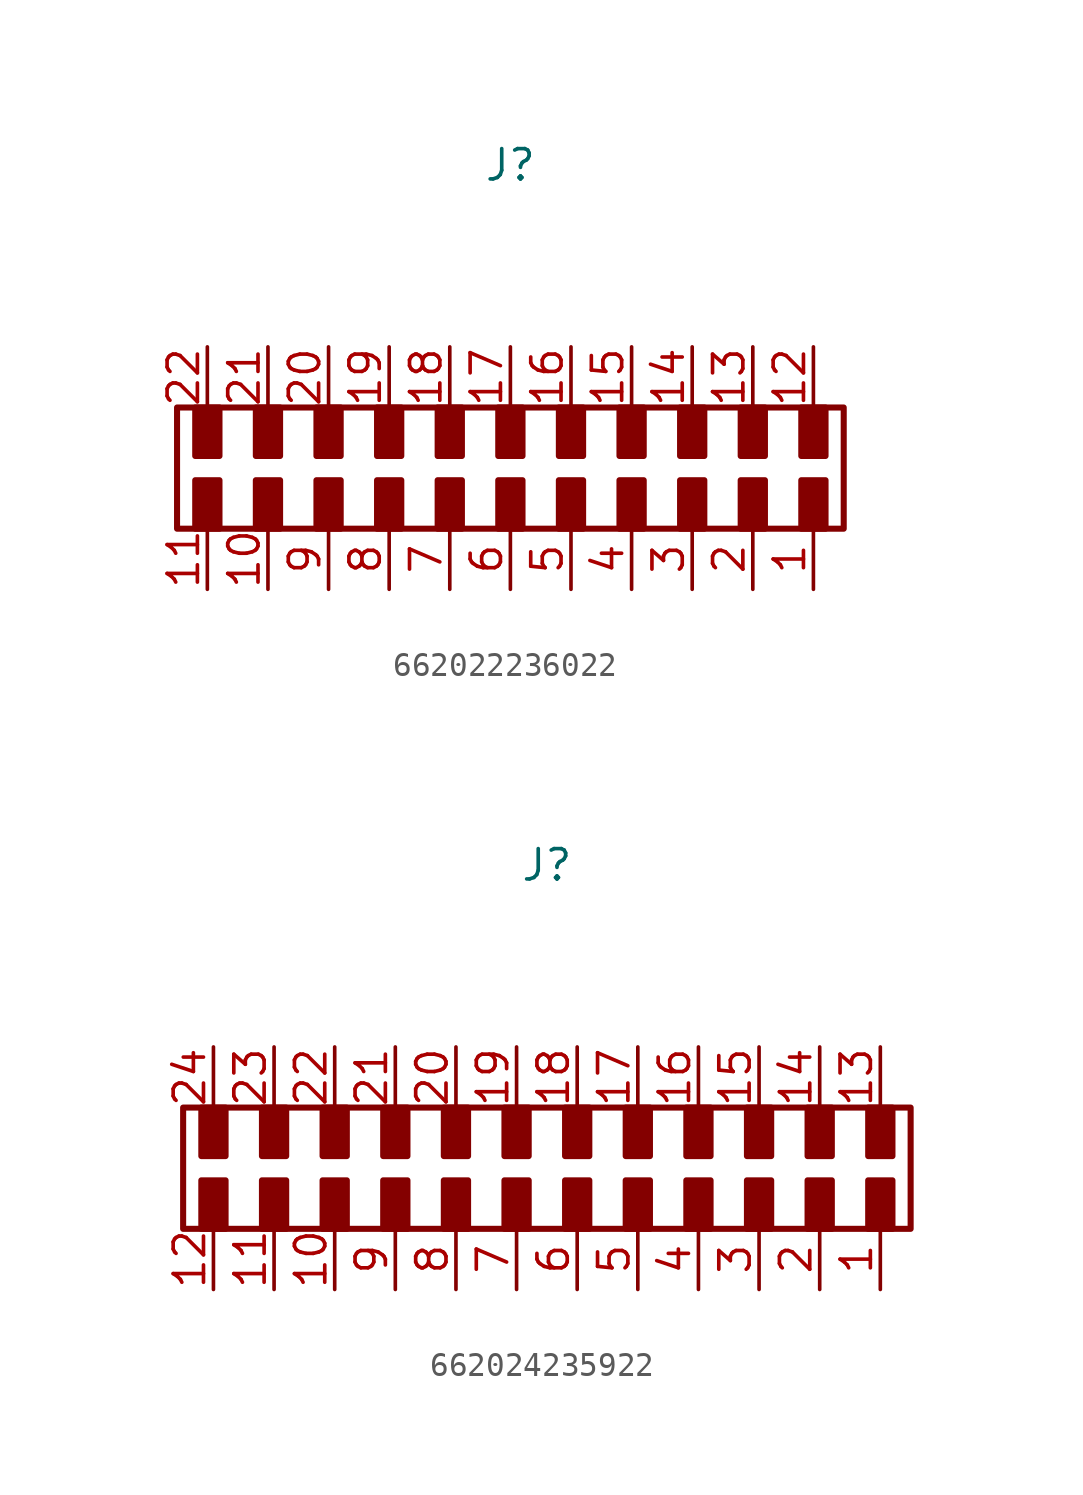
<source format=kicad_sym>
(kicad_symbol_lib
  (version 20241209)
  (generator "kicad_symbol_editor")
  (generator_version "9.0")
  (symbol "662022236022"
    (pin_names
      (hide yes))
    (property "Reference" "J"
      (at 0 12.7 0)
      (effects (font (size 1.27 1.27))))
    (symbol "662022236022_1_1"
      (rectangle (start -13.97 2.54) (end 13.97 -2.54) (stroke (width 0.254) (type solid)) (fill (type none)))
      (rectangle (start -13.208 2.54) (end -12.192 0.508) (stroke (width 0.254) (type solid)) (fill (type outline)))
      (rectangle (start -13.208 -0.508) (end -12.192 -2.54) (stroke (width 0.254) (type solid)) (fill (type outline)))
      (rectangle (start -10.668 2.54) (end -9.652 0.508) (stroke (width 0.254) (type solid)) (fill (type outline)))
      (rectangle (start -10.668 -0.508) (end -9.652 -2.54) (stroke (width 0.254) (type solid)) (fill (type outline)))
      (rectangle (start -8.128 2.54) (end -7.112 0.508) (stroke (width 0.254) (type solid)) (fill (type outline)))
      (rectangle (start -8.128 -0.508) (end -7.112 -2.54) (stroke (width 0.254) (type solid)) (fill (type outline)))
      (rectangle (start -5.588 2.54) (end -4.572 0.508) (stroke (width 0.254) (type solid)) (fill (type outline)))
      (rectangle (start -5.588 -0.508) (end -4.572 -2.54) (stroke (width 0.254) (type solid)) (fill (type outline)))
      (rectangle (start -3.048 2.54) (end -2.032 0.508) (stroke (width 0.254) (type solid)) (fill (type outline)))
      (rectangle (start -3.048 -0.508) (end -2.032 -2.54) (stroke (width 0.254) (type solid)) (fill (type outline)))
      (rectangle (start -0.508 2.54) (end 0.508 0.508) (stroke (width 0.254) (type solid)) (fill (type outline)))
      (rectangle (start -0.508 -0.508) (end 0.508 -2.54) (stroke (width 0.254) (type solid)) (fill (type outline)))
      (rectangle (start 2.032 2.54) (end 3.048 0.508) (stroke (width 0.254) (type solid)) (fill (type outline)))
      (rectangle (start 2.032 -0.508) (end 3.048 -2.54) (stroke (width 0.254) (type solid)) (fill (type outline)))
      (rectangle (start 4.572 2.54) (end 5.588 0.508) (stroke (width 0.254) (type solid)) (fill (type outline)))
      (rectangle (start 4.572 -0.508) (end 5.588 -2.54) (stroke (width 0.254) (type solid)) (fill (type outline)))
      (rectangle (start 7.112 2.54) (end 8.128 0.508) (stroke (width 0.254) (type solid)) (fill (type outline)))
      (rectangle (start 7.112 -0.508) (end 8.128 -2.54) (stroke (width 0.254) (type solid)) (fill (type outline)))
      (rectangle (start 9.652 2.54) (end 10.668 0.508) (stroke (width 0.254) (type solid)) (fill (type outline)))
      (rectangle (start 9.652 -0.508) (end 10.668 -2.54) (stroke (width 0.254) (type solid)) (fill (type outline)))
      (rectangle (start 12.192 2.54) (end 13.208 0.508) (stroke (width 0.254) (type solid)) (fill (type outline)))
      (rectangle (start 12.192 -0.508) (end 13.208 -2.54) (stroke (width 0.254) (type solid)) (fill (type outline)))
      (pin passive line (at -12.7 5.08 270) (length 2.54) (name "22" (effects (font (size 1.27 1.27)))) (number "22" (effects (font (size 1.27 1.27)))))
      (pin passive line (at -12.7 -5.08 90) (length 2.54) (name "11" (effects (font (size 1.27 1.27)))) (number "11" (effects (font (size 1.27 1.27)))))
      (pin passive line (at -10.16 5.08 270) (length 2.54) (name "21" (effects (font (size 1.27 1.27)))) (number "21" (effects (font (size 1.27 1.27)))))
      (pin passive line (at -10.16 -5.08 90) (length 2.54) (name "10" (effects (font (size 1.27 1.27)))) (number "10" (effects (font (size 1.27 1.27)))))
      (pin passive line (at -7.62 5.08 270) (length 2.54) (name "20" (effects (font (size 1.27 1.27)))) (number "20" (effects (font (size 1.27 1.27)))))
      (pin passive line (at -7.62 -5.08 90) (length 2.54) (name "9" (effects (font (size 1.27 1.27)))) (number "9" (effects (font (size 1.27 1.27)))))
      (pin passive line (at -5.08 5.08 270) (length 2.54) (name "19" (effects (font (size 1.27 1.27)))) (number "19" (effects (font (size 1.27 1.27)))))
      (pin passive line (at -5.08 -5.08 90) (length 2.54) (name "8" (effects (font (size 1.27 1.27)))) (number "8" (effects (font (size 1.27 1.27)))))
      (pin passive line (at -2.54 5.08 270) (length 2.54) (name "18" (effects (font (size 1.27 1.27)))) (number "18" (effects (font (size 1.27 1.27)))))
      (pin passive line (at -2.54 -5.08 90) (length 2.54) (name "7" (effects (font (size 1.27 1.27)))) (number "7" (effects (font (size 1.27 1.27)))))
      (pin passive line (at 0 5.08 270) (length 2.54) (name "17" (effects (font (size 1.27 1.27)))) (number "17" (effects (font (size 1.27 1.27)))))
      (pin passive line (at 0 -5.08 90) (length 2.54) (name "6" (effects (font (size 1.27 1.27)))) (number "6" (effects (font (size 1.27 1.27)))))
      (pin passive line (at 2.54 5.08 270) (length 2.54) (name "16" (effects (font (size 1.27 1.27)))) (number "16" (effects (font (size 1.27 1.27)))))
      (pin passive line (at 2.54 -5.08 90) (length 2.54) (name "5" (effects (font (size 1.27 1.27)))) (number "5" (effects (font (size 1.27 1.27)))))
      (pin passive line (at 5.08 5.08 270) (length 2.54) (name "15" (effects (font (size 1.27 1.27)))) (number "15" (effects (font (size 1.27 1.27)))))
      (pin passive line (at 5.08 -5.08 90) (length 2.54) (name "4" (effects (font (size 1.27 1.27)))) (number "4" (effects (font (size 1.27 1.27)))))
      (pin passive line (at 7.62 5.08 270) (length 2.54) (name "14" (effects (font (size 1.27 1.27)))) (number "14" (effects (font (size 1.27 1.27)))))
      (pin passive line (at 7.62 -5.08 90) (length 2.54) (name "3" (effects (font (size 1.27 1.27)))) (number "3" (effects (font (size 1.27 1.27)))))
      (pin passive line (at 10.16 5.08 270) (length 2.54) (name "13" (effects (font (size 1.27 1.27)))) (number "13" (effects (font (size 1.27 1.27)))))
      (pin passive line (at 10.16 -5.08 90) (length 2.54) (name "2" (effects (font (size 1.27 1.27)))) (number "2" (effects (font (size 1.27 1.27)))))
      (pin passive line (at 12.7 5.08 270) (length 2.54) (name "12" (effects (font (size 1.27 1.27)))) (number "12" (effects (font (size 1.27 1.27)))))
      (pin passive line (at 12.7 -5.08 90) (length 2.54) (name "1" (effects (font (size 1.27 1.27)))) (number "1" (effects (font (size 1.27 1.27)))))))
  (symbol "662024235922"
    (pin_names
      (hide yes))
    (property "Reference" "J"
      (at 0 12.7 0)
      (effects (font (size 1.27 1.27))))
    (symbol "662024235922_1_1"
      (rectangle (start -15.24 2.54) (end 15.24 -2.54) (stroke (width 0.254) (type solid)) (fill (type none)))
      (rectangle (start -14.478 2.54) (end -13.462 0.508) (stroke (width 0.254) (type solid)) (fill (type outline)))
      (rectangle (start -14.478 -0.508) (end -13.462 -2.54) (stroke (width 0.254) (type solid)) (fill (type outline)))
      (rectangle (start -11.938 2.54) (end -10.922 0.508) (stroke (width 0.254) (type solid)) (fill (type outline)))
      (rectangle (start -11.938 -0.508) (end -10.922 -2.54) (stroke (width 0.254) (type solid)) (fill (type outline)))
      (rectangle (start -9.398 2.54) (end -8.382 0.508) (stroke (width 0.254) (type solid)) (fill (type outline)))
      (rectangle (start -9.398 -0.508) (end -8.382 -2.54) (stroke (width 0.254) (type solid)) (fill (type outline)))
      (rectangle (start -6.858 2.54) (end -5.842 0.508) (stroke (width 0.254) (type solid)) (fill (type outline)))
      (rectangle (start -6.858 -0.508) (end -5.842 -2.54) (stroke (width 0.254) (type solid)) (fill (type outline)))
      (rectangle (start -4.318 2.54) (end -3.302 0.508) (stroke (width 0.254) (type solid)) (fill (type outline)))
      (rectangle (start -4.318 -0.508) (end -3.302 -2.54) (stroke (width 0.254) (type solid)) (fill (type outline)))
      (rectangle (start -1.778 2.54) (end -0.762 0.508) (stroke (width 0.254) (type solid)) (fill (type outline)))
      (rectangle (start -1.778 -0.508) (end -0.762 -2.54) (stroke (width 0.254) (type solid)) (fill (type outline)))
      (rectangle (start 0.762 2.54) (end 1.778 0.508) (stroke (width 0.254) (type solid)) (fill (type outline)))
      (rectangle (start 0.762 -0.508) (end 1.778 -2.54) (stroke (width 0.254) (type solid)) (fill (type outline)))
      (rectangle (start 3.302 2.54) (end 4.318 0.508) (stroke (width 0.254) (type solid)) (fill (type outline)))
      (rectangle (start 3.302 -0.508) (end 4.318 -2.54) (stroke (width 0.254) (type solid)) (fill (type outline)))
      (rectangle (start 5.842 2.54) (end 6.858 0.508) (stroke (width 0.254) (type solid)) (fill (type outline)))
      (rectangle (start 5.842 -0.508) (end 6.858 -2.54) (stroke (width 0.254) (type solid)) (fill (type outline)))
      (rectangle (start 8.382 2.54) (end 9.398 0.508) (stroke (width 0.254) (type solid)) (fill (type outline)))
      (rectangle (start 8.382 -0.508) (end 9.398 -2.54) (stroke (width 0.254) (type solid)) (fill (type outline)))
      (rectangle (start 10.922 2.54) (end 11.938 0.508) (stroke (width 0.254) (type solid)) (fill (type outline)))
      (rectangle (start 10.922 -0.508) (end 11.938 -2.54) (stroke (width 0.254) (type solid)) (fill (type outline)))
      (rectangle (start 13.462 2.54) (end 14.478 0.508) (stroke (width 0.254) (type solid)) (fill (type outline)))
      (rectangle (start 13.462 -0.508) (end 14.478 -2.54) (stroke (width 0.254) (type solid)) (fill (type outline)))
      (pin passive line (at -13.97 5.08 270) (length 2.54) (name "24" (effects (font (size 1.27 1.27)))) (number "24" (effects (font (size 1.27 1.27)))))
      (pin passive line (at -13.97 -5.08 90) (length 2.54) (name "12" (effects (font (size 1.27 1.27)))) (number "12" (effects (font (size 1.27 1.27)))))
      (pin passive line (at -11.43 5.08 270) (length 2.54) (name "23" (effects (font (size 1.27 1.27)))) (number "23" (effects (font (size 1.27 1.27)))))
      (pin passive line (at -11.43 -5.08 90) (length 2.54) (name "11" (effects (font (size 1.27 1.27)))) (number "11" (effects (font (size 1.27 1.27)))))
      (pin passive line (at -8.89 5.08 270) (length 2.54) (name "22" (effects (font (size 1.27 1.27)))) (number "22" (effects (font (size 1.27 1.27)))))
      (pin passive line (at -8.89 -5.08 90) (length 2.54) (name "10" (effects (font (size 1.27 1.27)))) (number "10" (effects (font (size 1.27 1.27)))))
      (pin passive line (at -6.35 5.08 270) (length 2.54) (name "21" (effects (font (size 1.27 1.27)))) (number "21" (effects (font (size 1.27 1.27)))))
      (pin passive line (at -6.35 -5.08 90) (length 2.54) (name "9" (effects (font (size 1.27 1.27)))) (number "9" (effects (font (size 1.27 1.27)))))
      (pin passive line (at -3.81 5.08 270) (length 2.54) (name "20" (effects (font (size 1.27 1.27)))) (number "20" (effects (font (size 1.27 1.27)))))
      (pin passive line (at -3.81 -5.08 90) (length 2.54) (name "8" (effects (font (size 1.27 1.27)))) (number "8" (effects (font (size 1.27 1.27)))))
      (pin passive line (at -1.27 5.08 270) (length 2.54) (name "19" (effects (font (size 1.27 1.27)))) (number "19" (effects (font (size 1.27 1.27)))))
      (pin passive line (at -1.27 -5.08 90) (length 2.54) (name "7" (effects (font (size 1.27 1.27)))) (number "7" (effects (font (size 1.27 1.27)))))
      (pin passive line (at 1.27 5.08 270) (length 2.54) (name "18" (effects (font (size 1.27 1.27)))) (number "18" (effects (font (size 1.27 1.27)))))
      (pin passive line (at 1.27 -5.08 90) (length 2.54) (name "6" (effects (font (size 1.27 1.27)))) (number "6" (effects (font (size 1.27 1.27)))))
      (pin passive line (at 3.81 5.08 270) (length 2.54) (name "17" (effects (font (size 1.27 1.27)))) (number "17" (effects (font (size 1.27 1.27)))))
      (pin passive line (at 3.81 -5.08 90) (length 2.54) (name "5" (effects (font (size 1.27 1.27)))) (number "5" (effects (font (size 1.27 1.27)))))
      (pin passive line (at 6.35 5.08 270) (length 2.54) (name "16" (effects (font (size 1.27 1.27)))) (number "16" (effects (font (size 1.27 1.27)))))
      (pin passive line (at 6.35 -5.08 90) (length 2.54) (name "4" (effects (font (size 1.27 1.27)))) (number "4" (effects (font (size 1.27 1.27)))))
      (pin passive line (at 8.89 5.08 270) (length 2.54) (name "15" (effects (font (size 1.27 1.27)))) (number "15" (effects (font (size 1.27 1.27)))))
      (pin passive line (at 8.89 -5.08 90) (length 2.54) (name "3" (effects (font (size 1.27 1.27)))) (number "3" (effects (font (size 1.27 1.27)))))
      (pin passive line (at 11.43 5.08 270) (length 2.54) (name "14" (effects (font (size 1.27 1.27)))) (number "14" (effects (font (size 1.27 1.27)))))
      (pin passive line (at 11.43 -5.08 90) (length 2.54) (name "2" (effects (font (size 1.27 1.27)))) (number "2" (effects (font (size 1.27 1.27)))))
      (pin passive line (at 13.97 5.08 270) (length 2.54) (name "13" (effects (font (size 1.27 1.27)))) (number "13" (effects (font (size 1.27 1.27)))))
      (pin passive line (at 13.97 -5.08 90) (length 2.54) (name "1" (effects (font (size 1.27 1.27)))) (number "1" (effects (font (size 1.27 1.27))))))))
</source>
